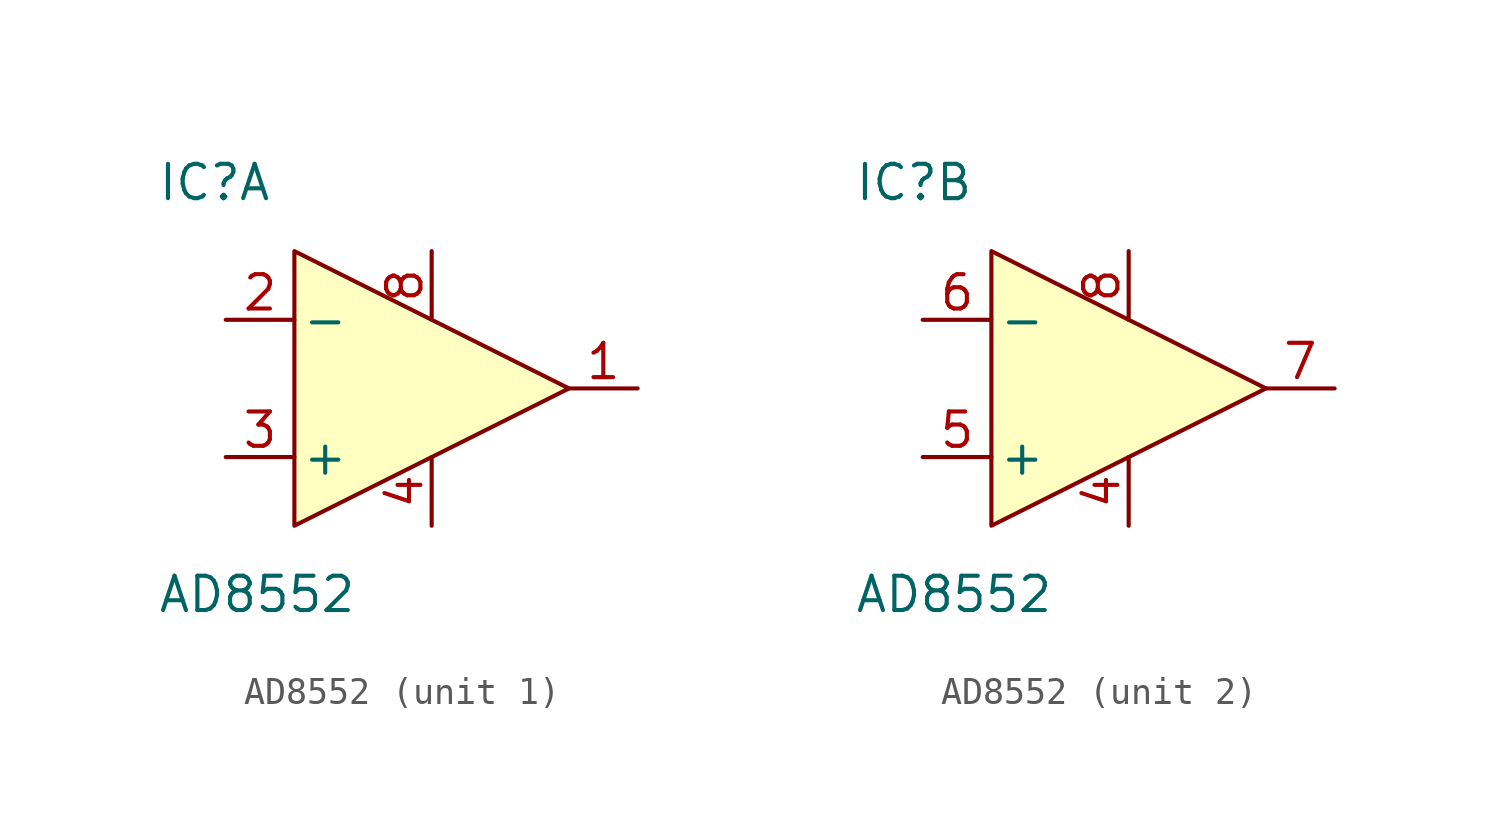
<source format=kicad_sym>
(kicad_symbol_lib
  (version 20211014)
  (generator kicad_symbol_editor)
  (symbol "AD8552"
    (pin_names
      (offset 0.254))
    (property "Reference" "IC"
      (at -7.62 7.62 0)
      (effects (font (size 1.27 1.27)) (justify left)))
    (property "Value" "AD8552"
      (at -7.62 -7.62 0)
      (effects (font (size 1.27 1.27)) (justify left)))
    (property "ki_locked" ""
      (at 0 0 0)
      (effects (font (size 1.27 1.27))))
    (symbol "AD8552_0_0"
      (pin power_in line (at 2.54 -5.08 90) (length 2.54) (name "~" (effects (font (size 1.27 1.27)))) (number "4" (effects (font (size 1.27 1.27)))))
      (pin power_in line (at 2.54 5.08 270) (length 2.54) (name "~" (effects (font (size 1.27 1.27)))) (number "8" (effects (font (size 1.27 1.27))))))
    (symbol "AD8552_0_1"
      (polyline (pts (xy -2.54 5.08) (xy -2.54 -5.08) (xy 7.62 0) (xy -2.54 5.08)) (stroke (width 0) (type default) (color 0 0 0 0)) (fill (type background))))
    (symbol "AD8552_1_0"
      (pin output line (at 10.16 0 180) (length 2.54) (name "~" (effects (font (size 1.27 1.27)))) (number "1" (effects (font (size 1.27 1.27)))))
      (pin input line (at -5.08 2.54 0) (length 2.54) (name "-" (effects (font (size 1.27 1.27)))) (number "2" (effects (font (size 1.27 1.27)))))
      (pin input line (at -5.08 -2.54 0) (length 2.54) (name "+" (effects (font (size 1.27 1.27)))) (number "3" (effects (font (size 1.27 1.27))))))
    (symbol "AD8552_2_0"
      (pin input line (at -5.08 -2.54 0) (length 2.54) (name "+" (effects (font (size 1.27 1.27)))) (number "5" (effects (font (size 1.27 1.27)))))
      (pin input line (at -5.08 2.54 0) (length 2.54) (name "-" (effects (font (size 1.27 1.27)))) (number "6" (effects (font (size 1.27 1.27)))))
      (pin output line (at 10.16 0 180) (length 2.54) (name "~" (effects (font (size 1.27 1.27)))) (number "7" (effects (font (size 1.27 1.27))))))))
</source>
